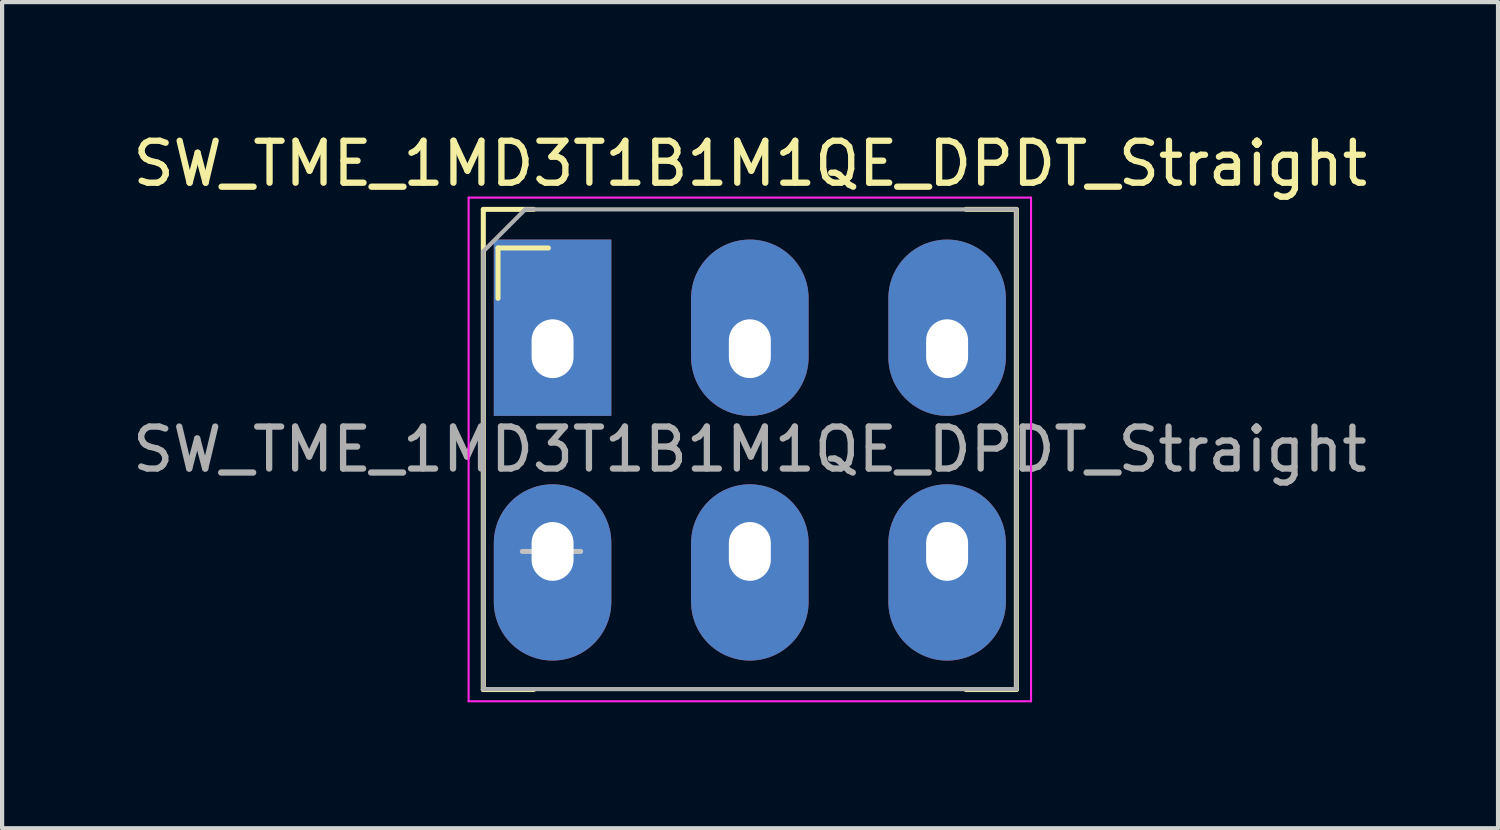
<source format=kicad_pcb>
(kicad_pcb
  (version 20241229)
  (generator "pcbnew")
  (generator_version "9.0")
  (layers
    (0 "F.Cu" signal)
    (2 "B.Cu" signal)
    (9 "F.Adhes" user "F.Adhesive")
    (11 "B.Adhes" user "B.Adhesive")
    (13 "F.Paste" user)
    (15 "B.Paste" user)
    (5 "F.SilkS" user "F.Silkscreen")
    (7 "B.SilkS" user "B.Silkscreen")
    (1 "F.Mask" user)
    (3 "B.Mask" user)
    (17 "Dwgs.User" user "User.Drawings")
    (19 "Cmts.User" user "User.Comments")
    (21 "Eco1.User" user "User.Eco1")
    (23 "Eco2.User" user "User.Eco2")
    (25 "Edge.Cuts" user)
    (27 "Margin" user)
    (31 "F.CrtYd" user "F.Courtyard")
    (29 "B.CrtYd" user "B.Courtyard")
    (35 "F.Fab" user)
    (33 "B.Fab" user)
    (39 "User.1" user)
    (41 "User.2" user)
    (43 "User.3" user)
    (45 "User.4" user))
  (footprint "SW_TME_1MD3T1B1M1QE_DPDT_Straight"
    (layer "F.Cu")
    (at 10.115 5.258)
    (property "Reference" "SW_TME_1MD3T1B1M1QE_DPDT_Straight" (at 4.71 -4.41 0) (layer "F.SilkS") (effects (font (size 1 1) (thickness 0.15))))
    (attr through_hole)
    (fp_line (start -1.65 -3.315) (end -1.65 8.12) (stroke (width 0.12) (type solid)) (layer "F.SilkS"))
    (fp_line (start -1.65 8.12) (end -0.45 8.12) (stroke (width 0.12) (type solid)) (layer "F.SilkS"))
    (fp_line (start -1.3 -2.4) (end -1.3 -1.2) (stroke (width 0.12) (type solid)) (layer "F.SilkS"))
    (fp_line (start -0.45 -3.32) (end -1.65 -3.32) (stroke (width 0.12) (type solid)) (layer "F.SilkS"))
    (fp_line (start -0.1 -2.4) (end -1.3 -2.4) (stroke (width 0.12) (type solid)) (layer "F.SilkS"))
    (fp_line (start 9.85 -3.32) (end 11.05 -3.32) (stroke (width 0.12) (type solid)) (layer "F.SilkS"))
    (fp_line (start 11.05 -3.315) (end 11.05 8.12) (stroke (width 0.12) (type solid)) (layer "F.SilkS"))
    (fp_line (start 11.05 8.12) (end 9.85 8.12) (stroke (width 0.12) (type solid)) (layer "F.SilkS"))
    (fp_line (start -0.72 4.83) (end 0.67 4.83) (stroke (width 0.12) (type solid)) (layer "Dwgs.User"))
    (fp_line (start -2 -3.6) (end 11.4 -3.6) (stroke (width 0.05) (type solid)) (layer "F.CrtYd"))
    (fp_line (start -2 8.4) (end -2 -3.6) (stroke (width 0.05) (type solid)) (layer "F.CrtYd"))
    (fp_line (start -2 8.4) (end 11.4 8.4) (stroke (width 0.05) (type solid)) (layer "F.CrtYd"))
    (fp_line (start 11.4 8.4) (end 11.4 -3.6) (stroke (width 0.05) (type solid)) (layer "F.CrtYd"))
    (fp_line (start -1.65 8.11) (end -1.65 -2.32) (stroke (width 0.1) (type solid)) (layer "F.Fab"))
    (fp_line (start -0.65 -3.32) (end -1.65 -2.32) (stroke (width 0.1) (type solid)) (layer "F.Fab"))
    (fp_line (start -0.65 -3.32) (end 11.05 -3.32) (stroke (width 0.1) (type solid)) (layer "F.Fab"))
    (fp_line (start 11.05 -3.32) (end 11.05 8.11) (stroke (width 0.1) (type solid)) (layer "F.Fab"))
    (fp_line (start 11.05 8.11) (end -1.65 8.11) (stroke (width 0.1) (type solid)) (layer "F.Fab"))
    (fp_text user "${REFERENCE}" (at 4.7 2.4 0) (layer "F.Fab") (effects (font (size 1 1) (thickness 0.15))))
    (pad "1" thru_hole rect (at 0 0) (size 2.8 4.2) (drill oval 1 1.4 (offset 0 -0.5)) (layers "*.Cu" "*.Mask"))
    (pad "2" thru_hole oval (at 4.7 0) (size 2.8 4.2) (drill oval 1 1.4 (offset 0 -0.5)) (layers "*.Cu" "*.Mask"))
    (pad "3" thru_hole oval (at 9.4 0) (size 2.8 4.2) (drill oval 1 1.4 (offset 0 -0.5)) (layers "*.Cu" "*.Mask"))
    (pad "4" thru_hole oval (at 0 4.83) (size 2.8 4.2) (drill oval 1 1.4 (offset 0 0.5)) (layers "*.Cu" "*.Mask"))
    (pad "5" thru_hole oval (at 4.7 4.83) (size 2.8 4.2) (drill oval 1 1.4 (offset 0 0.5)) (layers "*.Cu" "*.Mask"))
    (pad "6" thru_hole oval (at 9.4 4.83) (size 2.8 4.2) (drill oval 1 1.4 (offset 0 0.5)) (layers "*.Cu" "*.Mask")))
  (gr_rect
    (start -3 -3)
    (end 32.641 16.683)
    (stroke (width 0.1) (type default))
    (fill no)
    (layer "Edge.Cuts")))
</source>
